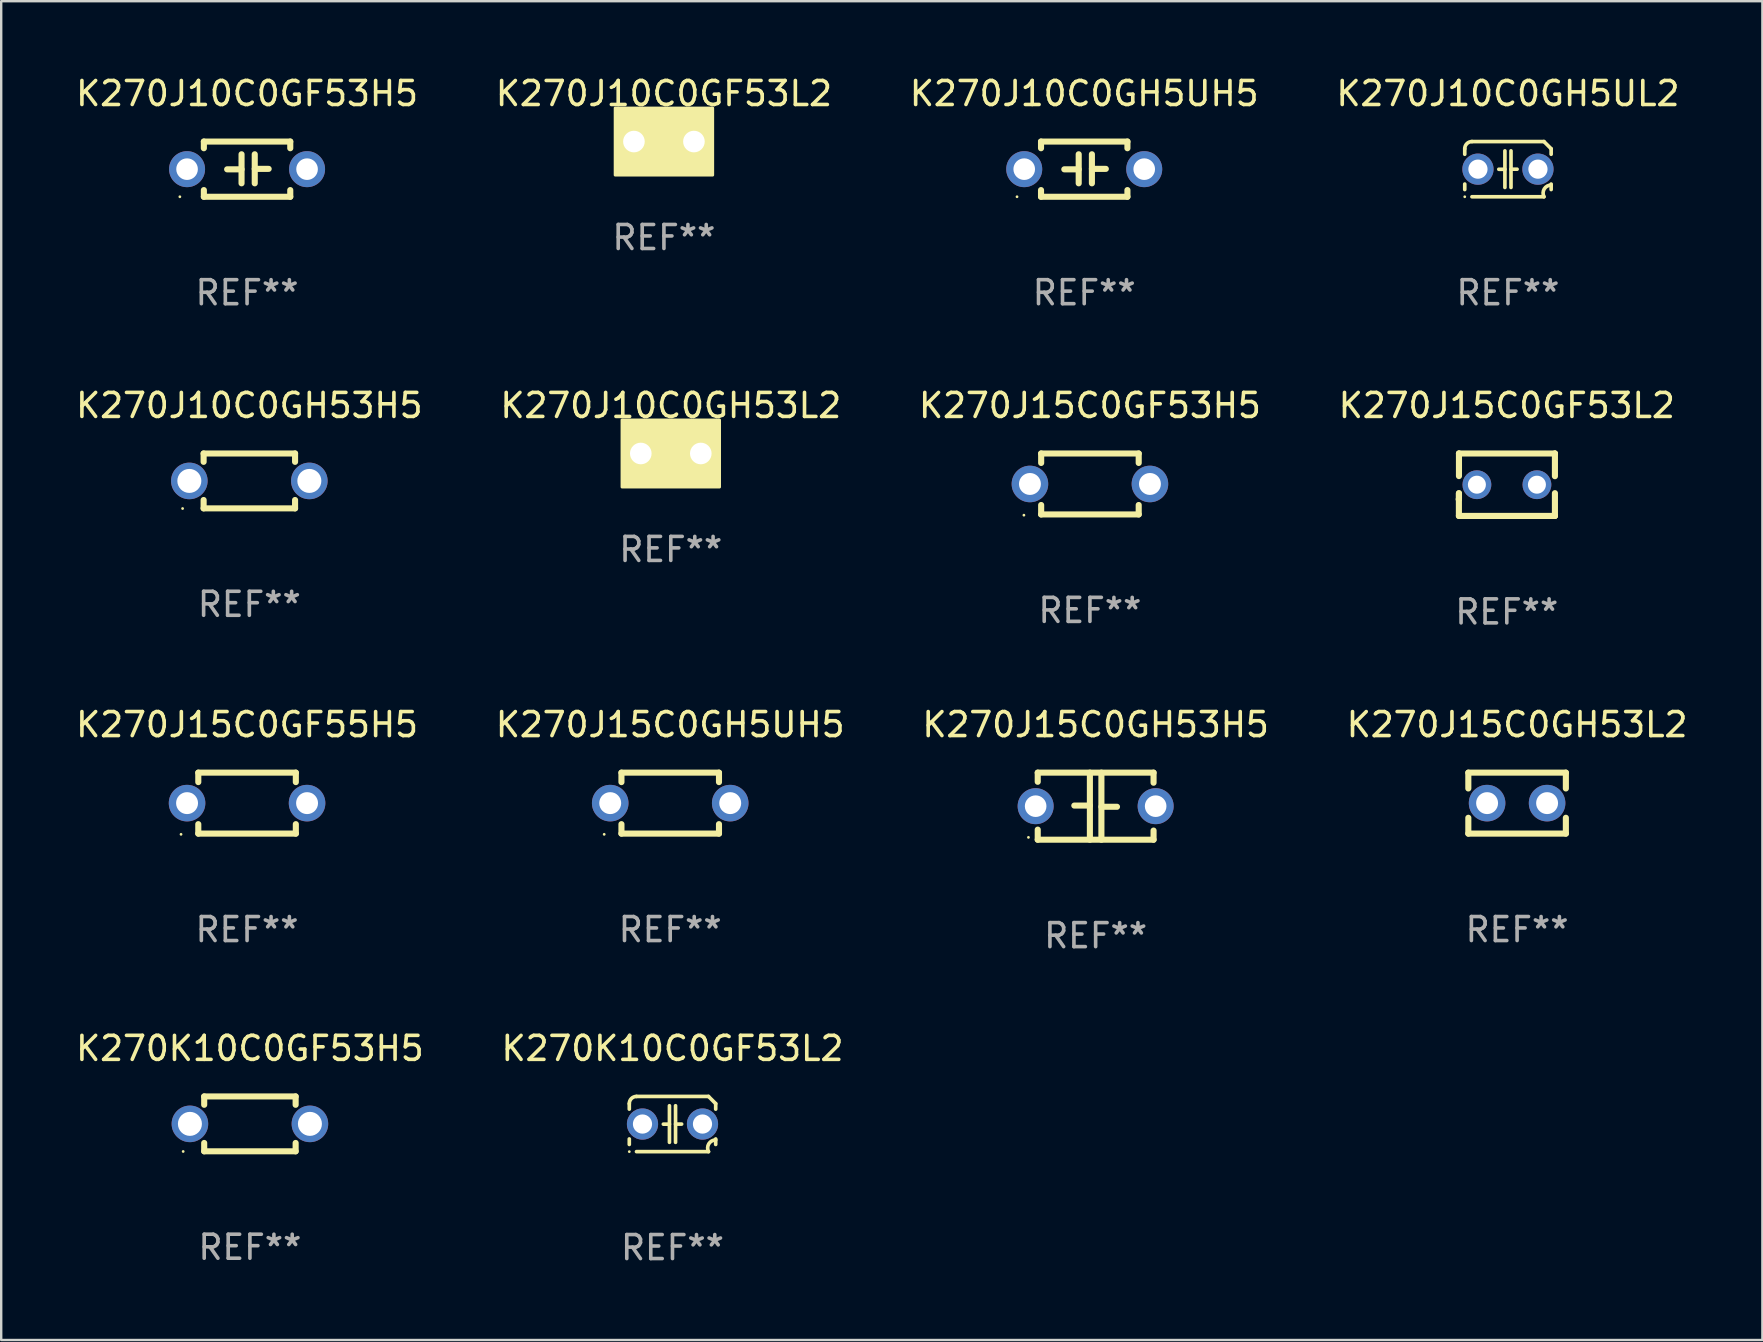
<source format=kicad_pcb>
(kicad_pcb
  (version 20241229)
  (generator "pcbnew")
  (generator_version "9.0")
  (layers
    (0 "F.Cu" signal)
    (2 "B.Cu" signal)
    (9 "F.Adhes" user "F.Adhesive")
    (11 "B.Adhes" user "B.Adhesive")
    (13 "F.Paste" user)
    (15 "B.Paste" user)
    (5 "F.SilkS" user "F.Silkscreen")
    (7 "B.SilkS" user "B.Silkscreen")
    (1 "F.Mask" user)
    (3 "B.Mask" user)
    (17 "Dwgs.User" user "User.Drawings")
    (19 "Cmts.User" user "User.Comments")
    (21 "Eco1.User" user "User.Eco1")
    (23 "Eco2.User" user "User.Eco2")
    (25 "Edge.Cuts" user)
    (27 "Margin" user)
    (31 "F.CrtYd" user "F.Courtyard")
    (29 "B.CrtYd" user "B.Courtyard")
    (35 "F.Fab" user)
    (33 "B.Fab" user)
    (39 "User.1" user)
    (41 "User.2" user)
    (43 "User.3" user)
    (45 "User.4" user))
  (footprint "K270J10C0GH53H5"
    (layer "F.Cu")
    (at 7.339 16.988)
    (property "Reference" "K270J10C0GH53H5" (at 0 -3.143 0) (layer "F.SilkS") (effects (font (size 1 1) (thickness 0.15))))
    (attr through_hole)
    (fp_line (start -1.905 -1.143) (end 1.905 -1.143) (stroke (width 0.254) (type solid)) (layer "F.SilkS"))
    (fp_line (start -1.905 -0.795) (end -1.905 -1.143) (stroke (width 0.254) (type solid)) (layer "F.SilkS"))
    (fp_line (start -1.905 1.143) (end -1.905 0.795) (stroke (width 0.254) (type solid)) (layer "F.SilkS"))
    (fp_line (start 1.905 -1.143) (end 1.905 -0.795) (stroke (width 0.254) (type solid)) (layer "F.SilkS"))
    (fp_line (start 1.905 0.795) (end 1.905 1.143) (stroke (width 0.254) (type solid)) (layer "F.SilkS"))
    (fp_line (start 1.905 1.143) (end -1.905 1.143) (stroke (width 0.254) (type solid)) (layer "F.SilkS"))
    (fp_circle (center -2.781 1.15) (end -2.751 1.15) (stroke (width 0.06) (type solid)) (fill no) (layer "F.SilkS"))
    (fp_text user "REF**" (at 0 5.143 0) (layer "F.Fab") (effects (font (size 1 1) (thickness 0.15))))
    (pad "1" thru_hole circle (at -2.5 0) (size 1.524 1.524) (drill 1) (layers "*.Cu" "*.Mask"))
    (pad "2" thru_hole circle (at 2.5 0) (size 1.524 1.524) (drill 1) (layers "*.Cu" "*.Mask")))
  (footprint "K270J15C0GF53H5"
    (layer "F.Cu")
    (at 42.363 17.115)
    (property "Reference" "K270J15C0GF53H5" (at 0 -3.27 0) (layer "F.SilkS") (effects (font (size 1 1) (thickness 0.15))))
    (attr through_hole)
    (fp_line (start -2.032 -1.27) (end -2.032 -0.876) (stroke (width 0.254) (type solid)) (layer "F.SilkS"))
    (fp_line (start -2.032 0.876) (end -2.032 1.27) (stroke (width 0.254) (type solid)) (layer "F.SilkS"))
    (fp_line (start -2.032 1.27) (end 2.032 1.27) (stroke (width 0.254) (type solid)) (layer "F.SilkS"))
    (fp_line (start 2.032 -1.27) (end -2.032 -1.27) (stroke (width 0.254) (type solid)) (layer "F.SilkS"))
    (fp_line (start 2.032 -0.876) (end 2.032 -1.27) (stroke (width 0.254) (type solid)) (layer "F.SilkS"))
    (fp_line (start 2.032 1.27) (end 2.032 0.876) (stroke (width 0.254) (type solid)) (layer "F.SilkS"))
    (fp_circle (center -2.751 1.3) (end -2.721 1.3) (stroke (width 0.06) (type solid)) (fill no) (layer "F.SilkS"))
    (fp_text user "REF**" (at 0 5.27 0) (layer "F.Fab") (effects (font (size 1 1) (thickness 0.15))))
    (pad "1" thru_hole circle (at -2.5 0) (size 1.524 1.524) (drill 0.914) (layers "*.Cu" "*.Mask"))
    (pad "2" thru_hole circle (at 2.5 0) (size 1.524 1.524) (drill 0.914) (layers "*.Cu" "*.Mask")))
  (footprint "K270K10C0GF53H5"
    (layer "F.Cu")
    (at 7.363 43.777)
    (property "Reference" "K270K10C0GF53H5" (at 0 -3.143 0) (layer "F.SilkS") (effects (font (size 1 1) (thickness 0.15))))
    (attr through_hole)
    (fp_line (start -1.905 -1.143) (end 1.905 -1.143) (stroke (width 0.254) (type solid)) (layer "F.SilkS"))
    (fp_line (start -1.905 -0.795) (end -1.905 -1.143) (stroke (width 0.254) (type solid)) (layer "F.SilkS"))
    (fp_line (start -1.905 1.143) (end -1.905 0.795) (stroke (width 0.254) (type solid)) (layer "F.SilkS"))
    (fp_line (start 1.905 -1.143) (end 1.905 -0.795) (stroke (width 0.254) (type solid)) (layer "F.SilkS"))
    (fp_line (start 1.905 0.795) (end 1.905 1.143) (stroke (width 0.254) (type solid)) (layer "F.SilkS"))
    (fp_line (start 1.905 1.143) (end -1.905 1.143) (stroke (width 0.254) (type solid)) (layer "F.SilkS"))
    (fp_circle (center -2.781 1.15) (end -2.751 1.15) (stroke (width 0.06) (type solid)) (fill no) (layer "F.SilkS"))
    (fp_text user "REF**" (at 0 5.143 0) (layer "F.Fab") (effects (font (size 1 1) (thickness 0.15))))
    (pad "1" thru_hole circle (at -2.5 0) (size 1.524 1.524) (drill 1) (layers "*.Cu" "*.Mask"))
    (pad "2" thru_hole circle (at 2.5 0) (size 1.524 1.524) (drill 1) (layers "*.Cu" "*.Mask")))
  (footprint "K270J15C0GH53H5"
    (layer "F.Cu")
    (at 42.601 30.54)
    (property "Reference" "K270J15C0GH53H5" (at 0 -3.397 0) (layer "F.SilkS") (effects (font (size 1 1) (thickness 0.15))))
    (attr through_hole)
    (fp_line (start -2.413 -1.397) (end 2.413 -1.397) (stroke (width 0.254) (type solid)) (layer "F.SilkS"))
    (fp_line (start -2.413 -1.016) (end -2.413 -1.397) (stroke (width 0.254) (type solid)) (layer "F.SilkS"))
    (fp_line (start -2.413 0.977) (end -2.413 1.397) (stroke (width 0.254) (type solid)) (layer "F.SilkS"))
    (fp_line (start -0.24 -0.025) (end -0.889 -0.025) (stroke (width 0.254) (type solid)) (layer "F.SilkS"))
    (fp_line (start -0.24 1.397) (end -0.24 -1.397) (stroke (width 0.254) (type solid)) (layer "F.SilkS"))
    (fp_line (start 0.24 -1.397) (end 0.24 1.397) (stroke (width 0.254) (type solid)) (layer "F.SilkS"))
    (fp_line (start 0.24 0.025) (end 0.889 0.025) (stroke (width 0.254) (type solid)) (layer "F.SilkS"))
    (fp_line (start 2.413 -0.977) (end 2.413 -1.397) (stroke (width 0.254) (type solid)) (layer "F.SilkS"))
    (fp_line (start 2.413 1.016) (end 2.413 1.397) (stroke (width 0.254) (type solid)) (layer "F.SilkS"))
    (fp_line (start 2.413 1.397) (end -2.413 1.397) (stroke (width 0.254) (type solid)) (layer "F.SilkS"))
    (fp_circle (center -2.8 1.3) (end -2.77 1.3) (stroke (width 0.06) (type solid)) (fill no) (layer "F.SilkS"))
    (fp_text user "REF**" (at 0 5.397 0) (layer "F.Fab") (effects (font (size 1 1) (thickness 0.15))))
    (pad "1" thru_hole circle (at -2.5 0) (size 1.5 1.5) (drill 0.9) (layers "*.Cu" "*.Mask"))
    (pad "2" thru_hole circle (at 2.5 0) (size 1.5 1.5) (drill 0.9) (layers "*.Cu" "*.Mask")))
  (footprint "K270J10C0GH5UL2"
    (layer "F.Cu")
    (at 59.78 3.998)
    (property "Reference" "K270J10C0GH5UL2" (at 0 -3.15 0) (layer "F.SilkS") (effects (font (size 1 1) (thickness 0.15))))
    (attr through_hole)
    (fp_line (start -1.8 -0.621) (end -1.8 -0.85) (stroke (width 0.152) (type solid)) (layer "F.SilkS"))
    (fp_line (start -1.8 0.85) (end -1.8 0.621) (stroke (width 0.152) (type solid)) (layer "F.SilkS"))
    (fp_line (start -1.5 -1.15) (end 1.5 -1.15) (stroke (width 0.152) (type solid)) (layer "F.SilkS"))
    (fp_line (start -0.127 -0.762) (end -0.127 0.762) (stroke (width 0.152) (type solid)) (layer "F.SilkS"))
    (fp_line (start -0.127 0.005) (end -0.381 0.005) (stroke (width 0.152) (type solid)) (layer "F.SilkS"))
    (fp_line (start 0.127 -0.762) (end 0.127 0.762) (stroke (width 0.152) (type solid)) (layer "F.SilkS"))
    (fp_line (start 0.127 0.002) (end 0.381 0.002) (stroke (width 0.152) (type solid)) (layer "F.SilkS"))
    (fp_line (start 1.5 1.15) (end -1.5 1.15) (stroke (width 0.152) (type solid)) (layer "F.SilkS"))
    (fp_line (start 1.8 -0.85) (end 1.8 -0.621) (stroke (width 0.152) (type solid)) (layer "F.SilkS"))
    (fp_line (start 1.8 0.621) (end 1.8 0.85) (stroke (width 0.152) (type solid)) (layer "F.SilkS"))
    (fp_arc (start -1.799975 -0.849987) (mid -1.712107 -1.062119) (end -1.499975 -1.149987) (stroke (width 0.151994) (type solid)) (layer "F.SilkS"))
    (fp_arc (start 1.499975 1.149987) (mid 1.513726 0.822359) (end 1.799975 0.662387) (stroke (width 0.151994) (type solid)) (layer "F.SilkS"))
    (fp_arc (start 1.500001 -1.149986) (mid 1.650015 -1.000001) (end 1.8 -0.849987) (stroke (width 0.151994) (type solid)) (layer "F.SilkS"))
    (fp_circle (center -1.8 1.15) (end -1.77 1.15) (stroke (width 0.06) (type solid)) (fill no) (layer "F.SilkS"))
    (fp_text user "REF**" (at 0 5.15 0) (layer "F.Fab") (effects (font (size 1 1) (thickness 0.15))))
    (pad "1" thru_hole circle (at -1.25 0) (size 1.3 1.3) (drill 0.8) (layers "*.Cu" "*.Mask"))
    (pad "2" thru_hole circle (at 1.25 0) (size 1.3 1.3) (drill 0.8) (layers "*.Cu" "*.Mask")))
  (footprint "K270J10C0GF53L2"
    (layer "F.Cu")
    (at 24.613 2.848)
    (property "Reference" "K270J10C0GF53L2" (at 0 -2 0) (layer "F.SilkS") (effects (font (size 1 1) (thickness 0.15))))
    (attr through_hole)
    (fp_circle (center -1.8 1.15) (end -1.77 1.15) (stroke (width 0.06) (type solid)) (fill no) (layer "F.SilkS"))
    (fp_poly (pts (xy -2.032 -1.397) (xy 2.032 -1.397) (xy 2.032 1.397) (xy -2.032 1.397)) (stroke (width 0.12) (type solid)) (fill yes) (layer "F.SilkS"))
    (fp_text user "REF**" (at 0 4 0) (layer "F.Fab") (effects (font (size 1 1) (thickness 0.15))))
    (pad "1" thru_hole circle (at -1.25 0) (size 1.5 1.5) (drill 0.9) (layers "*.Cu" "*.Mask"))
    (pad "2" thru_hole circle (at 1.25 0) (size 1.5 1.5) (drill 0.9) (layers "*.Cu" "*.Mask")))
  (footprint "K270J10C0GH53L2"
    (layer "F.Cu")
    (at 24.899 15.845)
    (property "Reference" "K270J10C0GH53L2" (at 0 -2 0) (layer "F.SilkS") (effects (font (size 1 1) (thickness 0.15))))
    (attr through_hole)
    (fp_circle (center -1.8 1.15) (end -1.77 1.15) (stroke (width 0.06) (type solid)) (fill no) (layer "F.SilkS"))
    (fp_poly (pts (xy -2.032 -1.397) (xy 2.032 -1.397) (xy 2.032 1.397) (xy -2.032 1.397)) (stroke (width 0.12) (type solid)) (fill yes) (layer "F.SilkS"))
    (fp_text user "REF**" (at 0 4 0) (layer "F.Fab") (effects (font (size 1 1) (thickness 0.15))))
    (pad "1" thru_hole circle (at -1.25 0) (size 1.5 1.5) (drill 0.9) (layers "*.Cu" "*.Mask"))
    (pad "2" thru_hole circle (at 1.25 0) (size 1.5 1.5) (drill 0.9) (layers "*.Cu" "*.Mask")))
  (footprint "K270J15C0GH5UH5"
    (layer "F.Cu")
    (at 24.875 30.413)
    (property "Reference" "K270J15C0GH5UH5" (at 0 -3.27 0) (layer "F.SilkS") (effects (font (size 1 1) (thickness 0.15))))
    (attr through_hole)
    (fp_line (start -2.032 -1.27) (end -2.032 -0.876) (stroke (width 0.254) (type solid)) (layer "F.SilkS"))
    (fp_line (start -2.032 0.876) (end -2.032 1.27) (stroke (width 0.254) (type solid)) (layer "F.SilkS"))
    (fp_line (start -2.032 1.27) (end 2.032 1.27) (stroke (width 0.254) (type solid)) (layer "F.SilkS"))
    (fp_line (start 2.032 -1.27) (end -2.032 -1.27) (stroke (width 0.254) (type solid)) (layer "F.SilkS"))
    (fp_line (start 2.032 -0.876) (end 2.032 -1.27) (stroke (width 0.254) (type solid)) (layer "F.SilkS"))
    (fp_line (start 2.032 1.27) (end 2.032 0.876) (stroke (width 0.254) (type solid)) (layer "F.SilkS"))
    (fp_circle (center -2.751 1.3) (end -2.721 1.3) (stroke (width 0.06) (type solid)) (fill no) (layer "F.SilkS"))
    (fp_text user "REF**" (at 0 5.27 0) (layer "F.Fab") (effects (font (size 1 1) (thickness 0.15))))
    (pad "1" thru_hole circle (at -2.5 0) (size 1.524 1.524) (drill 0.914) (layers "*.Cu" "*.Mask"))
    (pad "2" thru_hole circle (at 2.5 0) (size 1.524 1.524) (drill 0.914) (layers "*.Cu" "*.Mask")))
  (footprint "K270J15C0GF55H5"
    (layer "F.Cu")
    (at 7.244 30.413)
    (property "Reference" "K270J15C0GF55H5" (at 0 -3.27 0) (layer "F.SilkS") (effects (font (size 1 1) (thickness 0.15))))
    (attr through_hole)
    (fp_line (start -2.032 -1.27) (end -2.032 -0.876) (stroke (width 0.254) (type solid)) (layer "F.SilkS"))
    (fp_line (start -2.032 0.876) (end -2.032 1.27) (stroke (width 0.254) (type solid)) (layer "F.SilkS"))
    (fp_line (start -2.032 1.27) (end 2.032 1.27) (stroke (width 0.254) (type solid)) (layer "F.SilkS"))
    (fp_line (start 2.032 -1.27) (end -2.032 -1.27) (stroke (width 0.254) (type solid)) (layer "F.SilkS"))
    (fp_line (start 2.032 -0.876) (end 2.032 -1.27) (stroke (width 0.254) (type solid)) (layer "F.SilkS"))
    (fp_line (start 2.032 1.27) (end 2.032 0.876) (stroke (width 0.254) (type solid)) (layer "F.SilkS"))
    (fp_circle (center -2.751 1.3) (end -2.721 1.3) (stroke (width 0.06) (type solid)) (fill no) (layer "F.SilkS"))
    (fp_text user "REF**" (at 0 5.27 0) (layer "F.Fab") (effects (font (size 1 1) (thickness 0.15))))
    (pad "1" thru_hole circle (at -2.5 0) (size 1.524 1.524) (drill 0.914) (layers "*.Cu" "*.Mask"))
    (pad "2" thru_hole circle (at 2.5 0) (size 1.524 1.524) (drill 0.914) (layers "*.Cu" "*.Mask")))
  (footprint "K270J15C0GF53L2"
    (layer "F.Cu")
    (at 59.732 17.146)
    (property "Reference" "K270J15C0GF53L2" (at 0 -3.301 0) (layer "F.SilkS") (effects (font (size 1 1) (thickness 0.15))))
    (attr through_hole)
    (fp_line (start -1.996 0.354) (end -1.996 1.301) (stroke (width 0.254) (type solid)) (layer "F.SilkS"))
    (fp_line (start -1.996 1.301) (end 2.002 1.301) (stroke (width 0.254) (type solid)) (layer "F.SilkS"))
    (fp_line (start -1.993 -1.299) (end -1.993 -0.36) (stroke (width 0.254) (type solid)) (layer "F.SilkS"))
    (fp_line (start -1.993 0.358) (end -1.993 0.599) (stroke (width 0.254) (type solid)) (layer "F.SilkS"))
    (fp_line (start -1.993 0.599) (end -2.005 0.61) (stroke (width 0.254) (type solid)) (layer "F.SilkS"))
    (fp_line (start -1.992 -1.301) (end -1.993 -1.299) (stroke (width 0.254) (type solid)) (layer "F.SilkS"))
    (fp_line (start 2.002 1.301) (end 2.005 1.298) (stroke (width 0.254) (type solid)) (layer "F.SilkS"))
    (fp_line (start 2.003 -1.301) (end -1.992 -1.301) (stroke (width 0.254) (type solid)) (layer "F.SilkS"))
    (fp_line (start 2.005 -1.299) (end 2.003 -1.301) (stroke (width 0.254) (type solid)) (layer "F.SilkS"))
    (fp_line (start 2.005 -0.355) (end 2.005 -1.299) (stroke (width 0.254) (type solid)) (layer "F.SilkS"))
    (fp_line (start 2.005 1.298) (end 2.005 0.352) (stroke (width 0.254) (type solid)) (layer "F.SilkS"))
    (fp_circle (center -1.996 1.299) (end -1.966 1.299) (stroke (width 0.06) (type solid)) (fill no) (layer "F.SilkS"))
    (fp_text user "REF**" (at 0 5.301 0) (layer "F.Fab") (effects (font (size 1 1) (thickness 0.15))))
    (pad "1" thru_hole circle (at -1.246 -0.001) (size 1.2 1.2) (drill 0.75) (layers "*.Cu" "*.Mask"))
    (pad "2" thru_hole circle (at 1.255 -0.001) (size 1.2 1.2) (drill 0.75) (layers "*.Cu" "*.Mask")))
  (footprint "K270J10C0GF53H5"
    (layer "F.Cu")
    (at 7.244 3.998)
    (property "Reference" "K270J10C0GF53H5" (at 0 -3.15 0) (layer "F.SilkS") (effects (font (size 1 1) (thickness 0.15))))
    (attr through_hole)
    (fp_line (start -1.8 -1.15) (end -1.8 -0.872) (stroke (width 0.254) (type solid)) (layer "F.SilkS"))
    (fp_line (start -1.8 -1.15) (end 1.8 -1.15) (stroke (width 0.254) (type solid)) (layer "F.SilkS"))
    (fp_line (start -1.8 0.872) (end -1.8 1.15) (stroke (width 0.254) (type solid)) (layer "F.SilkS"))
    (fp_line (start -1.8 1.15) (end 1.8 1.15) (stroke (width 0.254) (type solid)) (layer "F.SilkS"))
    (fp_line (start -0.23 -0.62) (end -0.23 0.59) (stroke (width 0.254) (type solid)) (layer "F.SilkS"))
    (fp_line (start -0.23 0.007) (end -0.83 0.007) (stroke (width 0.254) (type solid)) (layer "F.SilkS"))
    (fp_line (start 0.32 -0.62) (end 0.32 0.59) (stroke (width 0.254) (type solid)) (layer "F.SilkS"))
    (fp_line (start 0.32 -0.012) (end 0.9 -0.012) (stroke (width 0.254) (type solid)) (layer "F.SilkS"))
    (fp_line (start 1.8 -1.15) (end 1.8 -0.872) (stroke (width 0.254) (type solid)) (layer "F.SilkS"))
    (fp_line (start 1.8 0.872) (end 1.8 1.15) (stroke (width 0.254) (type solid)) (layer "F.SilkS"))
    (fp_circle (center -2.8 1.15) (end -2.77 1.15) (stroke (width 0.06) (type solid)) (fill no) (layer "F.SilkS"))
    (fp_text user "REF**" (at 0 5.15 0) (layer "F.Fab") (effects (font (size 1 1) (thickness 0.15))))
    (pad "1" thru_hole circle (at -2.5 0) (size 1.5 1.5) (drill 0.9) (layers "*.Cu" "*.Mask"))
    (pad "2" thru_hole circle (at 2.5 0) (size 1.5 1.5) (drill 0.9) (layers "*.Cu" "*.Mask")))
  (footprint "K270K10C0GF53L2"
    (layer "F.Cu")
    (at 24.97 43.784)
    (property "Reference" "K270K10C0GF53L2" (at 0 -3.15 0) (layer "F.SilkS") (effects (font (size 1 1) (thickness 0.15))))
    (attr through_hole)
    (fp_line (start -1.8 -0.621) (end -1.8 -0.85) (stroke (width 0.152) (type solid)) (layer "F.SilkS"))
    (fp_line (start -1.8 0.85) (end -1.8 0.621) (stroke (width 0.152) (type solid)) (layer "F.SilkS"))
    (fp_line (start -1.5 -1.15) (end 1.5 -1.15) (stroke (width 0.152) (type solid)) (layer "F.SilkS"))
    (fp_line (start -0.127 -0.762) (end -0.127 0.762) (stroke (width 0.152) (type solid)) (layer "F.SilkS"))
    (fp_line (start -0.127 0.005) (end -0.381 0.005) (stroke (width 0.152) (type solid)) (layer "F.SilkS"))
    (fp_line (start 0.127 -0.762) (end 0.127 0.762) (stroke (width 0.152) (type solid)) (layer "F.SilkS"))
    (fp_line (start 0.127 0.002) (end 0.381 0.002) (stroke (width 0.152) (type solid)) (layer "F.SilkS"))
    (fp_line (start 1.5 1.15) (end -1.5 1.15) (stroke (width 0.152) (type solid)) (layer "F.SilkS"))
    (fp_line (start 1.8 -0.85) (end 1.8 -0.621) (stroke (width 0.152) (type solid)) (layer "F.SilkS"))
    (fp_line (start 1.8 0.621) (end 1.8 0.85) (stroke (width 0.152) (type solid)) (layer "F.SilkS"))
    (fp_arc (start -1.799975 -0.849987) (mid -1.712107 -1.062119) (end -1.499975 -1.149987) (stroke (width 0.151994) (type solid)) (layer "F.SilkS"))
    (fp_arc (start 1.499975 1.149987) (mid 1.513726 0.822359) (end 1.799975 0.662387) (stroke (width 0.151994) (type solid)) (layer "F.SilkS"))
    (fp_arc (start 1.500001 -1.149986) (mid 1.650015 -1.000001) (end 1.8 -0.849987) (stroke (width 0.151994) (type solid)) (layer "F.SilkS"))
    (fp_circle (center -1.8 1.15) (end -1.77 1.15) (stroke (width 0.06) (type solid)) (fill no) (layer "F.SilkS"))
    (fp_text user "REF**" (at 0 5.15 0) (layer "F.Fab") (effects (font (size 1 1) (thickness 0.15))))
    (pad "1" thru_hole circle (at -1.25 0) (size 1.3 1.3) (drill 0.8) (layers "*.Cu" "*.Mask"))
    (pad "2" thru_hole circle (at 1.25 0) (size 1.3 1.3) (drill 0.8) (layers "*.Cu" "*.Mask")))
  (footprint "K270J10C0GH5UH5"
    (layer "F.Cu")
    (at 42.125 3.998)
    (property "Reference" "K270J10C0GH5UH5" (at 0 -3.15 0) (layer "F.SilkS") (effects (font (size 1 1) (thickness 0.15))))
    (attr through_hole)
    (fp_line (start -1.8 -1.15) (end -1.8 -0.872) (stroke (width 0.254) (type solid)) (layer "F.SilkS"))
    (fp_line (start -1.8 -1.15) (end 1.8 -1.15) (stroke (width 0.254) (type solid)) (layer "F.SilkS"))
    (fp_line (start -1.8 0.872) (end -1.8 1.15) (stroke (width 0.254) (type solid)) (layer "F.SilkS"))
    (fp_line (start -1.8 1.15) (end 1.8 1.15) (stroke (width 0.254) (type solid)) (layer "F.SilkS"))
    (fp_line (start -0.23 -0.62) (end -0.23 0.59) (stroke (width 0.254) (type solid)) (layer "F.SilkS"))
    (fp_line (start -0.23 0.007) (end -0.83 0.007) (stroke (width 0.254) (type solid)) (layer "F.SilkS"))
    (fp_line (start 0.32 -0.62) (end 0.32 0.59) (stroke (width 0.254) (type solid)) (layer "F.SilkS"))
    (fp_line (start 0.32 -0.012) (end 0.9 -0.012) (stroke (width 0.254) (type solid)) (layer "F.SilkS"))
    (fp_line (start 1.8 -1.15) (end 1.8 -0.872) (stroke (width 0.254) (type solid)) (layer "F.SilkS"))
    (fp_line (start 1.8 0.872) (end 1.8 1.15) (stroke (width 0.254) (type solid)) (layer "F.SilkS"))
    (fp_circle (center -2.8 1.15) (end -2.77 1.15) (stroke (width 0.06) (type solid)) (fill no) (layer "F.SilkS"))
    (fp_text user "REF**" (at 0 5.15 0) (layer "F.Fab") (effects (font (size 1 1) (thickness 0.15))))
    (pad "1" thru_hole circle (at -2.5 0) (size 1.5 1.5) (drill 0.9) (layers "*.Cu" "*.Mask"))
    (pad "2" thru_hole circle (at 2.5 0) (size 1.5 1.5) (drill 0.9) (layers "*.Cu" "*.Mask")))
  (footprint "K270J15C0GH53L2"
    (layer "F.Cu")
    (at 60.161 30.413)
    (property "Reference" "K270J15C0GH53L2" (at 0 -3.27 0) (layer "F.SilkS") (effects (font (size 1 1) (thickness 0.15))))
    (attr through_hole)
    (fp_line (start -2.032 -1.27) (end -2.032 -0.611) (stroke (width 0.254) (type solid)) (layer "F.SilkS"))
    (fp_line (start -2.032 0.611) (end -2.032 1.27) (stroke (width 0.254) (type solid)) (layer "F.SilkS"))
    (fp_line (start -2.032 1.27) (end 2.032 1.27) (stroke (width 0.254) (type solid)) (layer "F.SilkS"))
    (fp_line (start 2.032 -1.27) (end -2.032 -1.27) (stroke (width 0.254) (type solid)) (layer "F.SilkS"))
    (fp_line (start 2.032 -0.611) (end 2.032 -1.27) (stroke (width 0.254) (type solid)) (layer "F.SilkS"))
    (fp_line (start 2.032 1.27) (end 2.032 0.611) (stroke (width 0.254) (type solid)) (layer "F.SilkS"))
    (fp_circle (center -2 1.3) (end -1.97 1.3) (stroke (width 0.06) (type solid)) (fill no) (layer "F.SilkS"))
    (fp_text user "REF**" (at 0 5.27 0) (layer "F.Fab") (effects (font (size 1 1) (thickness 0.15))))
    (pad "1" thru_hole circle (at -1.25 0) (size 1.524 1.524) (drill 0.914) (layers "*.Cu" "*.Mask"))
    (pad "2" thru_hole circle (at 1.25 0) (size 1.524 1.524) (drill 0.914) (layers "*.Cu" "*.Mask")))
  (gr_rect
    (start -3 -3)
    (end 70.381 52.782)
    (stroke (width 0.1) (type default))
    (fill no)
    (layer "Edge.Cuts")))
</source>
